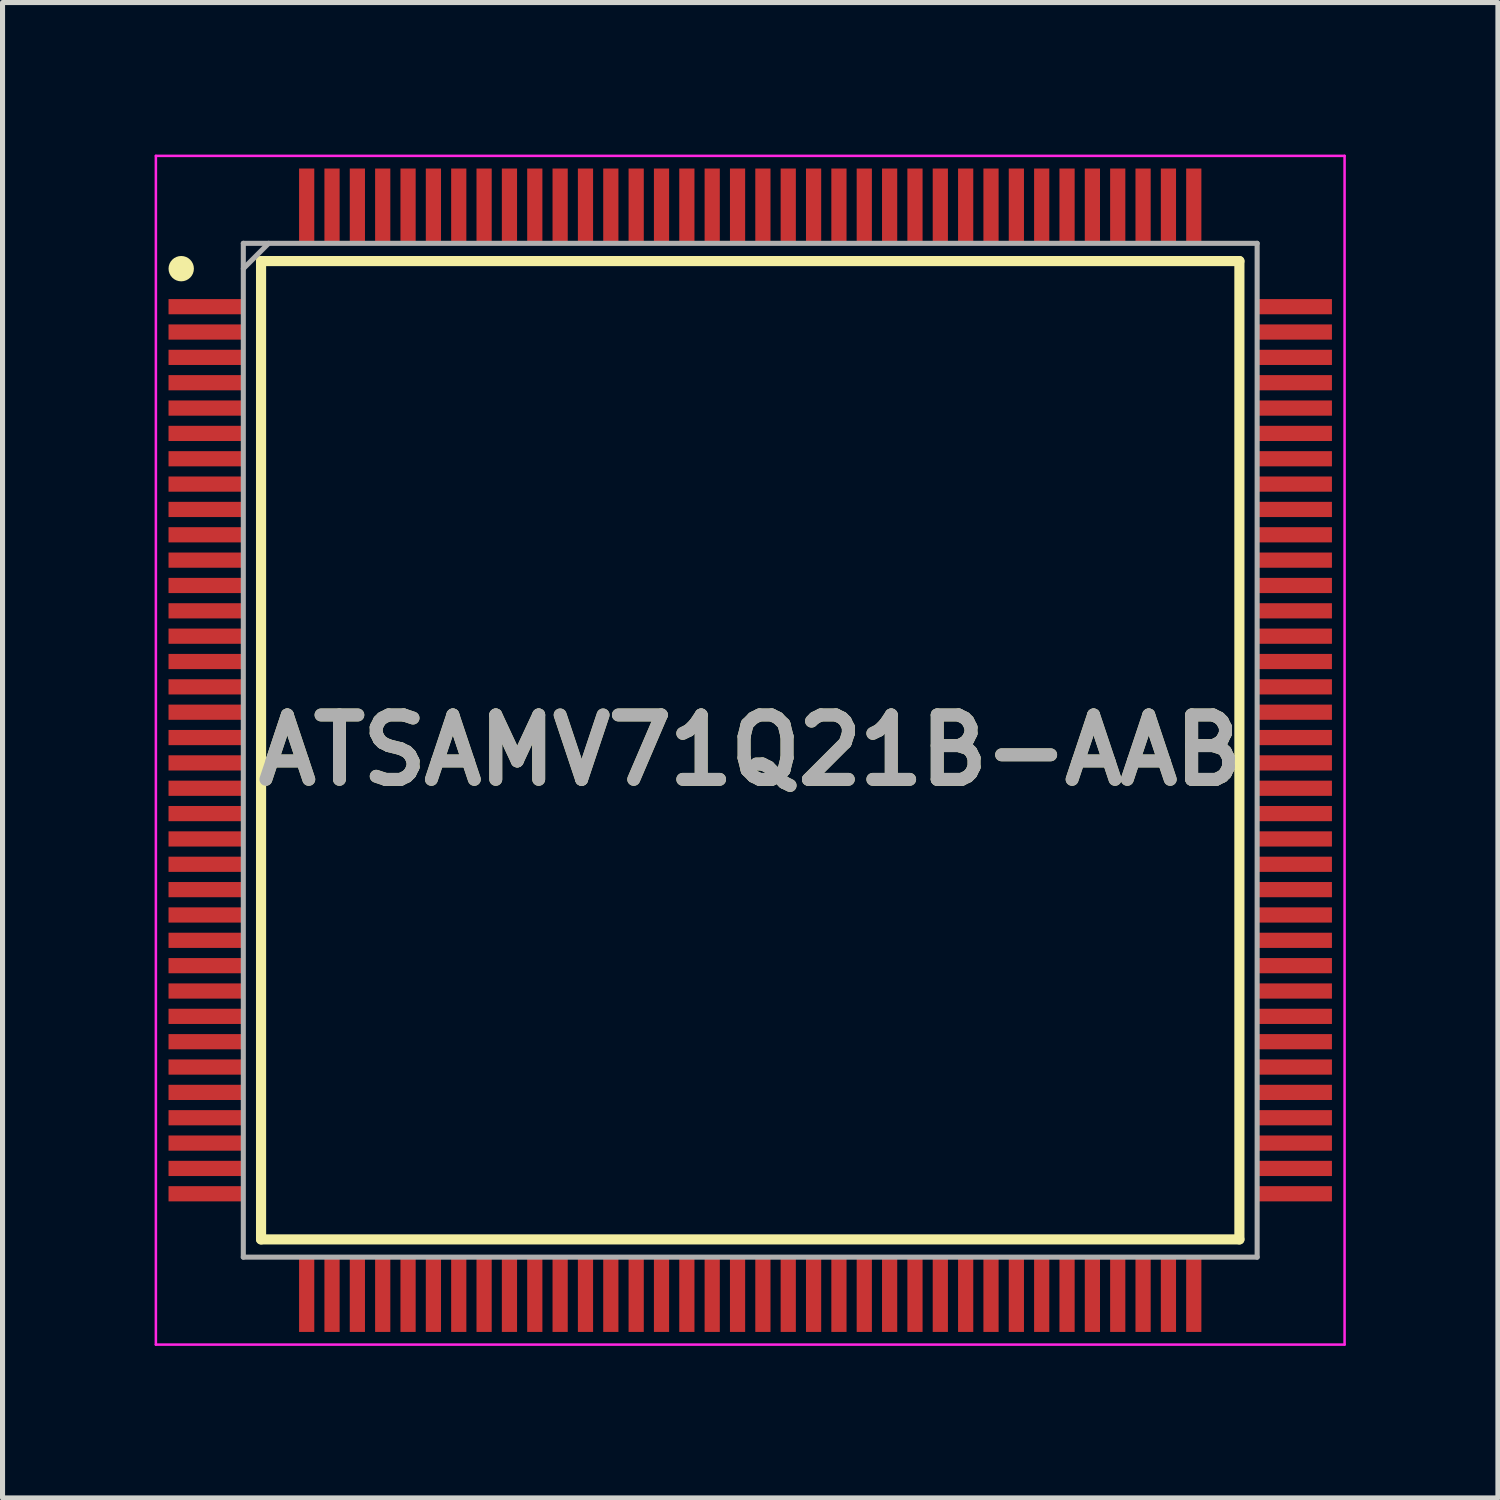
<source format=kicad_pcb>
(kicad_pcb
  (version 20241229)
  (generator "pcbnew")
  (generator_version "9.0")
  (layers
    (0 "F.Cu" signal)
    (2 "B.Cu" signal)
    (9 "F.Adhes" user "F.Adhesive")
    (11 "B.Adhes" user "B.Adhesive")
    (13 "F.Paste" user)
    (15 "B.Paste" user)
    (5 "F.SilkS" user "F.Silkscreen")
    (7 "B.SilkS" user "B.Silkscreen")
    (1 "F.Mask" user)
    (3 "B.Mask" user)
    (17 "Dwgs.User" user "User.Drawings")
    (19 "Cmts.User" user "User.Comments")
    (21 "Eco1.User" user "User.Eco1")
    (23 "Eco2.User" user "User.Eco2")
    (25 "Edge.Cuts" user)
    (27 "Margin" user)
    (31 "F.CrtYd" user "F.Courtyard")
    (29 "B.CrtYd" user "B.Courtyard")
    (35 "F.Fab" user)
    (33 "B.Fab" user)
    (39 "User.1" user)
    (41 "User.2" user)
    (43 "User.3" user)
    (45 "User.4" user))
  (footprint "ATSAMV71Q21B-AAB"
    (layer "F.Cu")
    (at 11.75 11.75)
    (property "Reference" "ATSAMV71Q21B-AAB" (at 0 0 0) (layer "F.SilkS") (effects (font (size 1.27 1.27) (thickness 0.254))))
    (attr smd)
    (fp_line (start -9.65 -9.65) (end 9.65 -9.65) (stroke (width 0.2) (type solid)) (layer "F.SilkS"))
    (fp_line (start -9.65 9.65) (end -9.65 -9.65) (stroke (width 0.2) (type solid)) (layer "F.SilkS"))
    (fp_line (start 9.65 -9.65) (end 9.65 9.65) (stroke (width 0.2) (type solid)) (layer "F.SilkS"))
    (fp_line (start 9.65 9.65) (end -9.65 9.65) (stroke (width 0.2) (type solid)) (layer "F.SilkS"))
    (fp_circle (center -11.225 -9.5) (end -11.225 -9.375) (stroke (width 0.25) (type solid)) (fill no) (layer "F.SilkS"))
    (fp_line (start -11.725 -11.725) (end 11.725 -11.725) (stroke (width 0.05) (type solid)) (layer "F.CrtYd"))
    (fp_line (start -11.725 11.725) (end -11.725 -11.725) (stroke (width 0.05) (type solid)) (layer "F.CrtYd"))
    (fp_line (start 11.725 -11.725) (end 11.725 11.725) (stroke (width 0.05) (type solid)) (layer "F.CrtYd"))
    (fp_line (start 11.725 11.725) (end -11.725 11.725) (stroke (width 0.05) (type solid)) (layer "F.CrtYd"))
    (fp_line (start -10 -10) (end 10 -10) (stroke (width 0.1) (type solid)) (layer "F.Fab"))
    (fp_line (start -10 -9.5) (end -9.5 -10) (stroke (width 0.1) (type solid)) (layer "F.Fab"))
    (fp_line (start -10 10) (end -10 -10) (stroke (width 0.1) (type solid)) (layer "F.Fab"))
    (fp_line (start 10 -10) (end 10 10) (stroke (width 0.1) (type solid)) (layer "F.Fab"))
    (fp_line (start 10 10) (end -10 10) (stroke (width 0.1) (type solid)) (layer "F.Fab"))
    (fp_text user "${REFERENCE}" (at 0 0 0) (layer "F.Fab") (effects (font (size 1.27 1.27) (thickness 0.254))))
    (pad "1" smd rect (at -10.738 -8.75 90) (size 0.3 1.475) (layers "F.Cu" "F.Mask" "F.Paste"))
    (pad "2" smd rect (at -10.738 -8.25 90) (size 0.3 1.475) (layers "F.Cu" "F.Mask" "F.Paste"))
    (pad "3" smd rect (at -10.738 -7.75 90) (size 0.3 1.475) (layers "F.Cu" "F.Mask" "F.Paste"))
    (pad "4" smd rect (at -10.738 -7.25 90) (size 0.3 1.475) (layers "F.Cu" "F.Mask" "F.Paste"))
    (pad "5" smd rect (at -10.738 -6.75 90) (size 0.3 1.475) (layers "F.Cu" "F.Mask" "F.Paste"))
    (pad "6" smd rect (at -10.738 -6.25 90) (size 0.3 1.475) (layers "F.Cu" "F.Mask" "F.Paste"))
    (pad "7" smd rect (at -10.738 -5.75 90) (size 0.3 1.475) (layers "F.Cu" "F.Mask" "F.Paste"))
    (pad "8" smd rect (at -10.738 -5.25 90) (size 0.3 1.475) (layers "F.Cu" "F.Mask" "F.Paste"))
    (pad "9" smd rect (at -10.738 -4.75 90) (size 0.3 1.475) (layers "F.Cu" "F.Mask" "F.Paste"))
    (pad "10" smd rect (at -10.738 -4.25 90) (size 0.3 1.475) (layers "F.Cu" "F.Mask" "F.Paste"))
    (pad "11" smd rect (at -10.738 -3.75 90) (size 0.3 1.475) (layers "F.Cu" "F.Mask" "F.Paste"))
    (pad "12" smd rect (at -10.738 -3.25 90) (size 0.3 1.475) (layers "F.Cu" "F.Mask" "F.Paste"))
    (pad "13" smd rect (at -10.738 -2.75 90) (size 0.3 1.475) (layers "F.Cu" "F.Mask" "F.Paste"))
    (pad "14" smd rect (at -10.738 -2.25 90) (size 0.3 1.475) (layers "F.Cu" "F.Mask" "F.Paste"))
    (pad "15" smd rect (at -10.738 -1.75 90) (size 0.3 1.475) (layers "F.Cu" "F.Mask" "F.Paste"))
    (pad "16" smd rect (at -10.738 -1.25 90) (size 0.3 1.475) (layers "F.Cu" "F.Mask" "F.Paste"))
    (pad "17" smd rect (at -10.738 -0.75 90) (size 0.3 1.475) (layers "F.Cu" "F.Mask" "F.Paste"))
    (pad "18" smd rect (at -10.738 -0.25 90) (size 0.3 1.475) (layers "F.Cu" "F.Mask" "F.Paste"))
    (pad "19" smd rect (at -10.738 0.25 90) (size 0.3 1.475) (layers "F.Cu" "F.Mask" "F.Paste"))
    (pad "20" smd rect (at -10.738 0.75 90) (size 0.3 1.475) (layers "F.Cu" "F.Mask" "F.Paste"))
    (pad "21" smd rect (at -10.738 1.25 90) (size 0.3 1.475) (layers "F.Cu" "F.Mask" "F.Paste"))
    (pad "22" smd rect (at -10.738 1.75 90) (size 0.3 1.475) (layers "F.Cu" "F.Mask" "F.Paste"))
    (pad "23" smd rect (at -10.738 2.25 90) (size 0.3 1.475) (layers "F.Cu" "F.Mask" "F.Paste"))
    (pad "24" smd rect (at -10.738 2.75 90) (size 0.3 1.475) (layers "F.Cu" "F.Mask" "F.Paste"))
    (pad "25" smd rect (at -10.738 3.25 90) (size 0.3 1.475) (layers "F.Cu" "F.Mask" "F.Paste"))
    (pad "26" smd rect (at -10.738 3.75 90) (size 0.3 1.475) (layers "F.Cu" "F.Mask" "F.Paste"))
    (pad "27" smd rect (at -10.738 4.25 90) (size 0.3 1.475) (layers "F.Cu" "F.Mask" "F.Paste"))
    (pad "28" smd rect (at -10.738 4.75 90) (size 0.3 1.475) (layers "F.Cu" "F.Mask" "F.Paste"))
    (pad "29" smd rect (at -10.738 5.25 90) (size 0.3 1.475) (layers "F.Cu" "F.Mask" "F.Paste"))
    (pad "30" smd rect (at -10.738 5.75 90) (size 0.3 1.475) (layers "F.Cu" "F.Mask" "F.Paste"))
    (pad "31" smd rect (at -10.738 6.25 90) (size 0.3 1.475) (layers "F.Cu" "F.Mask" "F.Paste"))
    (pad "32" smd rect (at -10.738 6.75 90) (size 0.3 1.475) (layers "F.Cu" "F.Mask" "F.Paste"))
    (pad "33" smd rect (at -10.738 7.25 90) (size 0.3 1.475) (layers "F.Cu" "F.Mask" "F.Paste"))
    (pad "34" smd rect (at -10.738 7.75 90) (size 0.3 1.475) (layers "F.Cu" "F.Mask" "F.Paste"))
    (pad "35" smd rect (at -10.738 8.25 90) (size 0.3 1.475) (layers "F.Cu" "F.Mask" "F.Paste"))
    (pad "36" smd rect (at -10.738 8.75 90) (size 0.3 1.475) (layers "F.Cu" "F.Mask" "F.Paste"))
    (pad "37" smd rect (at -8.75 10.738) (size 0.3 1.475) (layers "F.Cu" "F.Mask" "F.Paste"))
    (pad "38" smd rect (at -8.25 10.738) (size 0.3 1.475) (layers "F.Cu" "F.Mask" "F.Paste"))
    (pad "39" smd rect (at -7.75 10.738) (size 0.3 1.475) (layers "F.Cu" "F.Mask" "F.Paste"))
    (pad "40" smd rect (at -7.25 10.738) (size 0.3 1.475) (layers "F.Cu" "F.Mask" "F.Paste"))
    (pad "41" smd rect (at -6.75 10.738) (size 0.3 1.475) (layers "F.Cu" "F.Mask" "F.Paste"))
    (pad "42" smd rect (at -6.25 10.738) (size 0.3 1.475) (layers "F.Cu" "F.Mask" "F.Paste"))
    (pad "43" smd rect (at -5.75 10.738) (size 0.3 1.475) (layers "F.Cu" "F.Mask" "F.Paste"))
    (pad "44" smd rect (at -5.25 10.738) (size 0.3 1.475) (layers "F.Cu" "F.Mask" "F.Paste"))
    (pad "45" smd rect (at -4.75 10.738) (size 0.3 1.475) (layers "F.Cu" "F.Mask" "F.Paste"))
    (pad "46" smd rect (at -4.25 10.738) (size 0.3 1.475) (layers "F.Cu" "F.Mask" "F.Paste"))
    (pad "47" smd rect (at -3.75 10.738) (size 0.3 1.475) (layers "F.Cu" "F.Mask" "F.Paste"))
    (pad "48" smd rect (at -3.25 10.738) (size 0.3 1.475) (layers "F.Cu" "F.Mask" "F.Paste"))
    (pad "49" smd rect (at -2.75 10.738) (size 0.3 1.475) (layers "F.Cu" "F.Mask" "F.Paste"))
    (pad "50" smd rect (at -2.25 10.738) (size 0.3 1.475) (layers "F.Cu" "F.Mask" "F.Paste"))
    (pad "51" smd rect (at -1.75 10.738) (size 0.3 1.475) (layers "F.Cu" "F.Mask" "F.Paste"))
    (pad "52" smd rect (at -1.25 10.738) (size 0.3 1.475) (layers "F.Cu" "F.Mask" "F.Paste"))
    (pad "53" smd rect (at -0.75 10.738) (size 0.3 1.475) (layers "F.Cu" "F.Mask" "F.Paste"))
    (pad "54" smd rect (at -0.25 10.738) (size 0.3 1.475) (layers "F.Cu" "F.Mask" "F.Paste"))
    (pad "55" smd rect (at 0.25 10.738) (size 0.3 1.475) (layers "F.Cu" "F.Mask" "F.Paste"))
    (pad "56" smd rect (at 0.75 10.738) (size 0.3 1.475) (layers "F.Cu" "F.Mask" "F.Paste"))
    (pad "57" smd rect (at 1.25 10.738) (size 0.3 1.475) (layers "F.Cu" "F.Mask" "F.Paste"))
    (pad "58" smd rect (at 1.75 10.738) (size 0.3 1.475) (layers "F.Cu" "F.Mask" "F.Paste"))
    (pad "59" smd rect (at 2.25 10.738) (size 0.3 1.475) (layers "F.Cu" "F.Mask" "F.Paste"))
    (pad "60" smd rect (at 2.75 10.738) (size 0.3 1.475) (layers "F.Cu" "F.Mask" "F.Paste"))
    (pad "61" smd rect (at 3.25 10.738) (size 0.3 1.475) (layers "F.Cu" "F.Mask" "F.Paste"))
    (pad "62" smd rect (at 3.75 10.738) (size 0.3 1.475) (layers "F.Cu" "F.Mask" "F.Paste"))
    (pad "63" smd rect (at 4.25 10.738) (size 0.3 1.475) (layers "F.Cu" "F.Mask" "F.Paste"))
    (pad "64" smd rect (at 4.75 10.738) (size 0.3 1.475) (layers "F.Cu" "F.Mask" "F.Paste"))
    (pad "65" smd rect (at 5.25 10.738) (size 0.3 1.475) (layers "F.Cu" "F.Mask" "F.Paste"))
    (pad "66" smd rect (at 5.75 10.738) (size 0.3 1.475) (layers "F.Cu" "F.Mask" "F.Paste"))
    (pad "67" smd rect (at 6.25 10.738) (size 0.3 1.475) (layers "F.Cu" "F.Mask" "F.Paste"))
    (pad "68" smd rect (at 6.75 10.738) (size 0.3 1.475) (layers "F.Cu" "F.Mask" "F.Paste"))
    (pad "69" smd rect (at 7.25 10.738) (size 0.3 1.475) (layers "F.Cu" "F.Mask" "F.Paste"))
    (pad "70" smd rect (at 7.75 10.738) (size 0.3 1.475) (layers "F.Cu" "F.Mask" "F.Paste"))
    (pad "71" smd rect (at 8.25 10.738) (size 0.3 1.475) (layers "F.Cu" "F.Mask" "F.Paste"))
    (pad "72" smd rect (at 8.75 10.738) (size 0.3 1.475) (layers "F.Cu" "F.Mask" "F.Paste"))
    (pad "73" smd rect (at 10.738 8.75 90) (size 0.3 1.475) (layers "F.Cu" "F.Mask" "F.Paste"))
    (pad "74" smd rect (at 10.738 8.25 90) (size 0.3 1.475) (layers "F.Cu" "F.Mask" "F.Paste"))
    (pad "75" smd rect (at 10.738 7.75 90) (size 0.3 1.475) (layers "F.Cu" "F.Mask" "F.Paste"))
    (pad "76" smd rect (at 10.738 7.25 90) (size 0.3 1.475) (layers "F.Cu" "F.Mask" "F.Paste"))
    (pad "77" smd rect (at 10.738 6.75 90) (size 0.3 1.475) (layers "F.Cu" "F.Mask" "F.Paste"))
    (pad "78" smd rect (at 10.738 6.25 90) (size 0.3 1.475) (layers "F.Cu" "F.Mask" "F.Paste"))
    (pad "79" smd rect (at 10.738 5.75 90) (size 0.3 1.475) (layers "F.Cu" "F.Mask" "F.Paste"))
    (pad "80" smd rect (at 10.738 5.25 90) (size 0.3 1.475) (layers "F.Cu" "F.Mask" "F.Paste"))
    (pad "81" smd rect (at 10.738 4.75 90) (size 0.3 1.475) (layers "F.Cu" "F.Mask" "F.Paste"))
    (pad "82" smd rect (at 10.738 4.25 90) (size 0.3 1.475) (layers "F.Cu" "F.Mask" "F.Paste"))
    (pad "83" smd rect (at 10.738 3.75 90) (size 0.3 1.475) (layers "F.Cu" "F.Mask" "F.Paste"))
    (pad "84" smd rect (at 10.738 3.25 90) (size 0.3 1.475) (layers "F.Cu" "F.Mask" "F.Paste"))
    (pad "85" smd rect (at 10.738 2.75 90) (size 0.3 1.475) (layers "F.Cu" "F.Mask" "F.Paste"))
    (pad "86" smd rect (at 10.738 2.25 90) (size 0.3 1.475) (layers "F.Cu" "F.Mask" "F.Paste"))
    (pad "87" smd rect (at 10.738 1.75 90) (size 0.3 1.475) (layers "F.Cu" "F.Mask" "F.Paste"))
    (pad "88" smd rect (at 10.738 1.25 90) (size 0.3 1.475) (layers "F.Cu" "F.Mask" "F.Paste"))
    (pad "89" smd rect (at 10.738 0.75 90) (size 0.3 1.475) (layers "F.Cu" "F.Mask" "F.Paste"))
    (pad "90" smd rect (at 10.738 0.25 90) (size 0.3 1.475) (layers "F.Cu" "F.Mask" "F.Paste"))
    (pad "91" smd rect (at 10.738 -0.25 90) (size 0.3 1.475) (layers "F.Cu" "F.Mask" "F.Paste"))
    (pad "92" smd rect (at 10.738 -0.75 90) (size 0.3 1.475) (layers "F.Cu" "F.Mask" "F.Paste"))
    (pad "93" smd rect (at 10.738 -1.25 90) (size 0.3 1.475) (layers "F.Cu" "F.Mask" "F.Paste"))
    (pad "94" smd rect (at 10.738 -1.75 90) (size 0.3 1.475) (layers "F.Cu" "F.Mask" "F.Paste"))
    (pad "95" smd rect (at 10.738 -2.25 90) (size 0.3 1.475) (layers "F.Cu" "F.Mask" "F.Paste"))
    (pad "96" smd rect (at 10.738 -2.75 90) (size 0.3 1.475) (layers "F.Cu" "F.Mask" "F.Paste"))
    (pad "97" smd rect (at 10.738 -3.25 90) (size 0.3 1.475) (layers "F.Cu" "F.Mask" "F.Paste"))
    (pad "98" smd rect (at 10.738 -3.75 90) (size 0.3 1.475) (layers "F.Cu" "F.Mask" "F.Paste"))
    (pad "99" smd rect (at 10.738 -4.25 90) (size 0.3 1.475) (layers "F.Cu" "F.Mask" "F.Paste"))
    (pad "100" smd rect (at 10.738 -4.75 90) (size 0.3 1.475) (layers "F.Cu" "F.Mask" "F.Paste"))
    (pad "101" smd rect (at 10.738 -5.25 90) (size 0.3 1.475) (layers "F.Cu" "F.Mask" "F.Paste"))
    (pad "102" smd rect (at 10.738 -5.75 90) (size 0.3 1.475) (layers "F.Cu" "F.Mask" "F.Paste"))
    (pad "103" smd rect (at 10.738 -6.25 90) (size 0.3 1.475) (layers "F.Cu" "F.Mask" "F.Paste"))
    (pad "104" smd rect (at 10.738 -6.75 90) (size 0.3 1.475) (layers "F.Cu" "F.Mask" "F.Paste"))
    (pad "105" smd rect (at 10.738 -7.25 90) (size 0.3 1.475) (layers "F.Cu" "F.Mask" "F.Paste"))
    (pad "106" smd rect (at 10.738 -7.75 90) (size 0.3 1.475) (layers "F.Cu" "F.Mask" "F.Paste"))
    (pad "107" smd rect (at 10.738 -8.25 90) (size 0.3 1.475) (layers "F.Cu" "F.Mask" "F.Paste"))
    (pad "108" smd rect (at 10.738 -8.75 90) (size 0.3 1.475) (layers "F.Cu" "F.Mask" "F.Paste"))
    (pad "109" smd rect (at 8.75 -10.738) (size 0.3 1.475) (layers "F.Cu" "F.Mask" "F.Paste"))
    (pad "110" smd rect (at 8.25 -10.738) (size 0.3 1.475) (layers "F.Cu" "F.Mask" "F.Paste"))
    (pad "111" smd rect (at 7.75 -10.738) (size 0.3 1.475) (layers "F.Cu" "F.Mask" "F.Paste"))
    (pad "112" smd rect (at 7.25 -10.738) (size 0.3 1.475) (layers "F.Cu" "F.Mask" "F.Paste"))
    (pad "113" smd rect (at 6.75 -10.738) (size 0.3 1.475) (layers "F.Cu" "F.Mask" "F.Paste"))
    (pad "114" smd rect (at 6.25 -10.738) (size 0.3 1.475) (layers "F.Cu" "F.Mask" "F.Paste"))
    (pad "115" smd rect (at 5.75 -10.738) (size 0.3 1.475) (layers "F.Cu" "F.Mask" "F.Paste"))
    (pad "116" smd rect (at 5.25 -10.738) (size 0.3 1.475) (layers "F.Cu" "F.Mask" "F.Paste"))
    (pad "117" smd rect (at 4.75 -10.738) (size 0.3 1.475) (layers "F.Cu" "F.Mask" "F.Paste"))
    (pad "118" smd rect (at 4.25 -10.738) (size 0.3 1.475) (layers "F.Cu" "F.Mask" "F.Paste"))
    (pad "119" smd rect (at 3.75 -10.738) (size 0.3 1.475) (layers "F.Cu" "F.Mask" "F.Paste"))
    (pad "120" smd rect (at 3.25 -10.738) (size 0.3 1.475) (layers "F.Cu" "F.Mask" "F.Paste"))
    (pad "121" smd rect (at 2.75 -10.738) (size 0.3 1.475) (layers "F.Cu" "F.Mask" "F.Paste"))
    (pad "122" smd rect (at 2.25 -10.738) (size 0.3 1.475) (layers "F.Cu" "F.Mask" "F.Paste"))
    (pad "123" smd rect (at 1.75 -10.738) (size 0.3 1.475) (layers "F.Cu" "F.Mask" "F.Paste"))
    (pad "124" smd rect (at 1.25 -10.738) (size 0.3 1.475) (layers "F.Cu" "F.Mask" "F.Paste"))
    (pad "125" smd rect (at 0.75 -10.738) (size 0.3 1.475) (layers "F.Cu" "F.Mask" "F.Paste"))
    (pad "126" smd rect (at 0.25 -10.738) (size 0.3 1.475) (layers "F.Cu" "F.Mask" "F.Paste"))
    (pad "127" smd rect (at -0.25 -10.738) (size 0.3 1.475) (layers "F.Cu" "F.Mask" "F.Paste"))
    (pad "128" smd rect (at -0.75 -10.738) (size 0.3 1.475) (layers "F.Cu" "F.Mask" "F.Paste"))
    (pad "129" smd rect (at -1.25 -10.738) (size 0.3 1.475) (layers "F.Cu" "F.Mask" "F.Paste"))
    (pad "130" smd rect (at -1.75 -10.738) (size 0.3 1.475) (layers "F.Cu" "F.Mask" "F.Paste"))
    (pad "131" smd rect (at -2.25 -10.738) (size 0.3 1.475) (layers "F.Cu" "F.Mask" "F.Paste"))
    (pad "132" smd rect (at -2.75 -10.738) (size 0.3 1.475) (layers "F.Cu" "F.Mask" "F.Paste"))
    (pad "133" smd rect (at -3.25 -10.738) (size 0.3 1.475) (layers "F.Cu" "F.Mask" "F.Paste"))
    (pad "134" smd rect (at -3.75 -10.738) (size 0.3 1.475) (layers "F.Cu" "F.Mask" "F.Paste"))
    (pad "135" smd rect (at -4.25 -10.738) (size 0.3 1.475) (layers "F.Cu" "F.Mask" "F.Paste"))
    (pad "136" smd rect (at -4.75 -10.738) (size 0.3 1.475) (layers "F.Cu" "F.Mask" "F.Paste"))
    (pad "137" smd rect (at -5.25 -10.738) (size 0.3 1.475) (layers "F.Cu" "F.Mask" "F.Paste"))
    (pad "138" smd rect (at -5.75 -10.738) (size 0.3 1.475) (layers "F.Cu" "F.Mask" "F.Paste"))
    (pad "139" smd rect (at -6.25 -10.738) (size 0.3 1.475) (layers "F.Cu" "F.Mask" "F.Paste"))
    (pad "140" smd rect (at -6.75 -10.738) (size 0.3 1.475) (layers "F.Cu" "F.Mask" "F.Paste"))
    (pad "141" smd rect (at -7.25 -10.738) (size 0.3 1.475) (layers "F.Cu" "F.Mask" "F.Paste"))
    (pad "142" smd rect (at -7.75 -10.738) (size 0.3 1.475) (layers "F.Cu" "F.Mask" "F.Paste"))
    (pad "143" smd rect (at -8.25 -10.738) (size 0.3 1.475) (layers "F.Cu" "F.Mask" "F.Paste"))
    (pad "144" smd rect (at -8.75 -10.738) (size 0.3 1.475) (layers "F.Cu" "F.Mask" "F.Paste")))
  (gr_rect
    (start -3 -3)
    (end 26.5 26.5)
    (stroke (width 0.1) (type default))
    (fill no)
    (layer "Edge.Cuts")))
</source>
